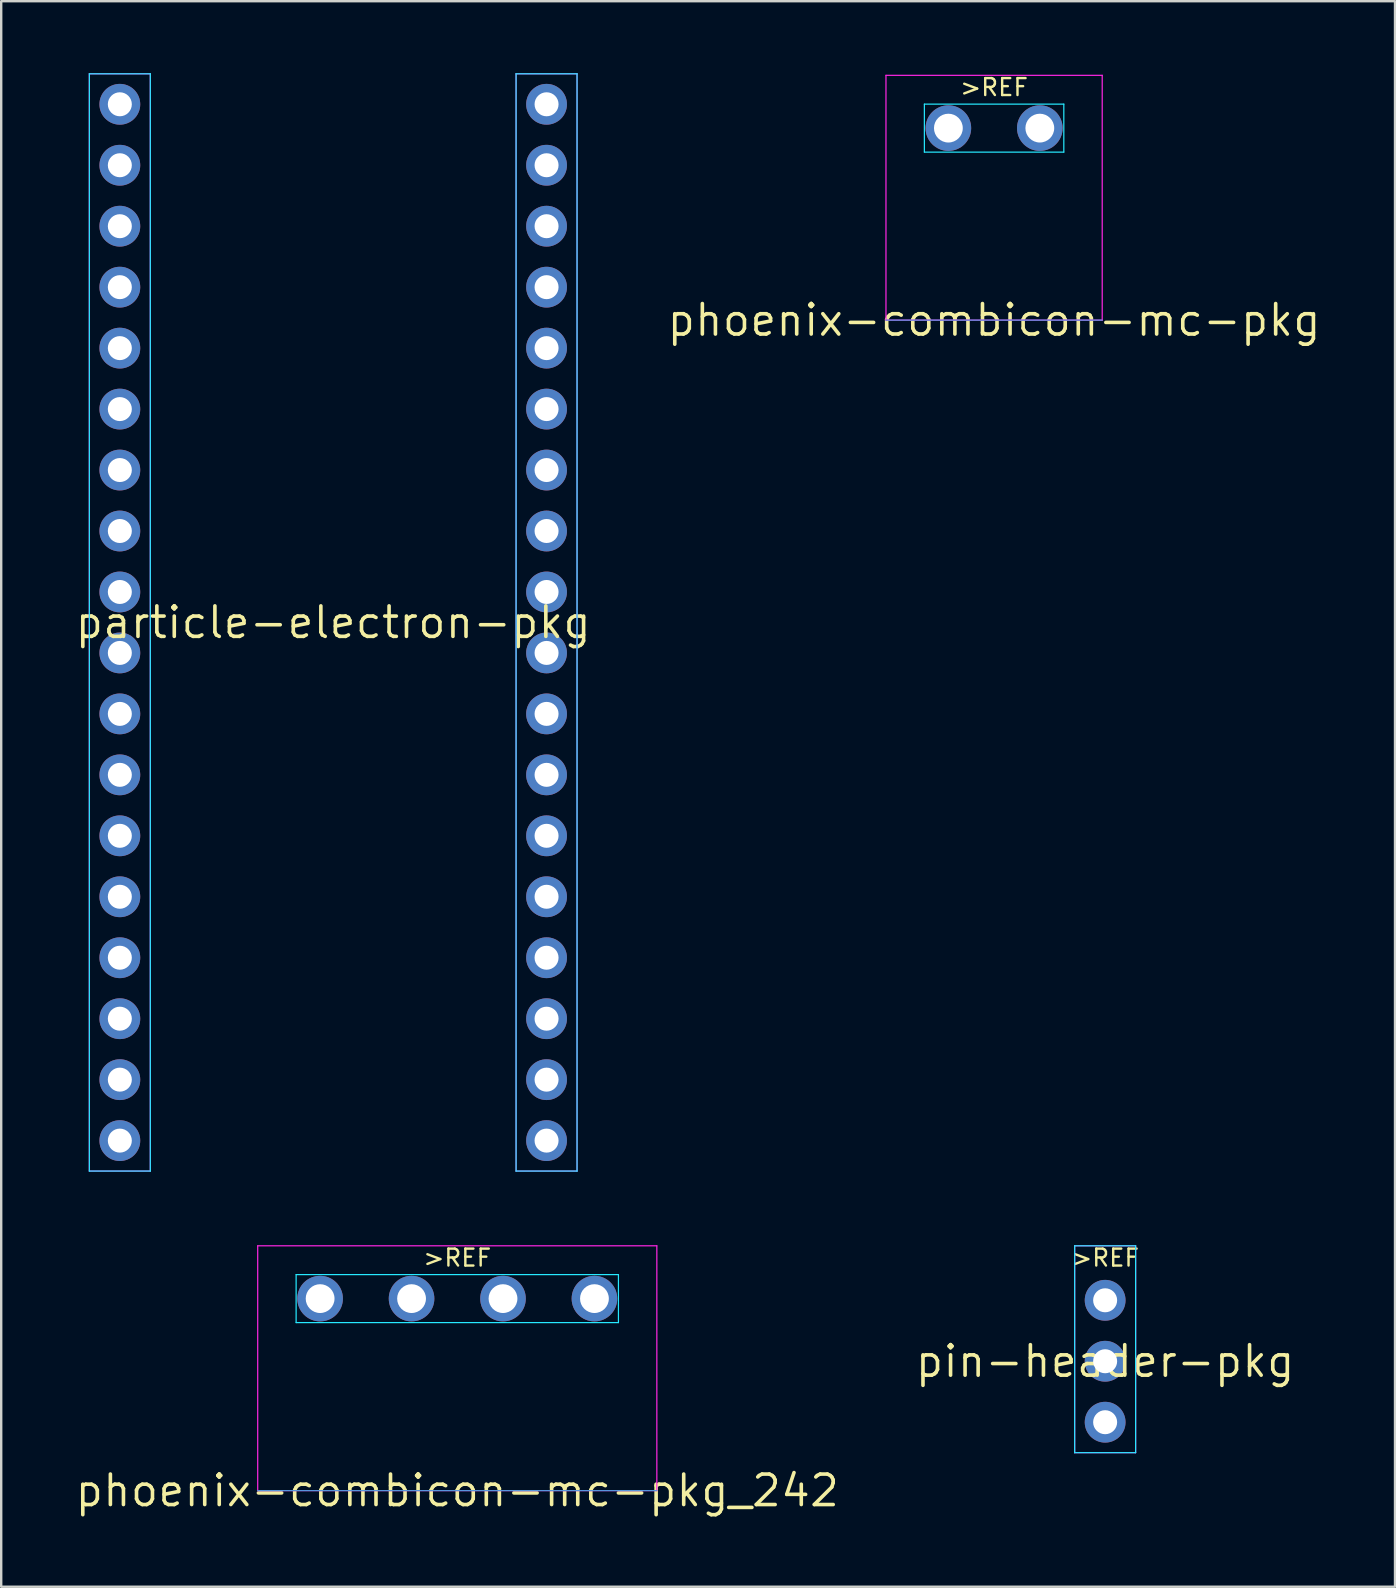
<source format=kicad_pcb>
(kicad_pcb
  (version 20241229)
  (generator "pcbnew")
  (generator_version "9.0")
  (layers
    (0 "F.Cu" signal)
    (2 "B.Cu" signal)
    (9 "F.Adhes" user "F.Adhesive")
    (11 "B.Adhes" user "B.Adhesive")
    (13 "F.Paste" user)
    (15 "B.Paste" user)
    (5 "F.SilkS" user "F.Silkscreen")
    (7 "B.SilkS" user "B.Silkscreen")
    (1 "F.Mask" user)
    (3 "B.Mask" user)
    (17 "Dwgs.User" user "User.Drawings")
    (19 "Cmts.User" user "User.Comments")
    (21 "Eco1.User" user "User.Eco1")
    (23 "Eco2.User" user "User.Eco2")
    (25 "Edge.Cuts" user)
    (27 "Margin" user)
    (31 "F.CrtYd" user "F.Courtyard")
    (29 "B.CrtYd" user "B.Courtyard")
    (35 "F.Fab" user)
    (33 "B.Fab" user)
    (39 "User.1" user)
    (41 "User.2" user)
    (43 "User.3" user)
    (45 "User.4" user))
  (footprint "pin-header-pkg"
    (layer "F.Cu")
    (at 42.997 53.668)
    (property "Reference" "pin-header-pkg" (at 0 0 0) (layer "F.SilkS") (effects (font (size 1.27 1.27) (thickness 0.15))))
    (attr through_hole)
    (fp_line (start -1.27 -4.81) (end -1.27 3.81) (stroke (width 0.05) (type solid)) (layer "B.CrtYd"))
    (fp_line (start -1.27 3.81) (end 1.27 3.81) (stroke (width 0.05) (type solid)) (layer "B.CrtYd"))
    (fp_line (start 1.27 -4.81) (end -1.27 -4.81) (stroke (width 0.05) (type solid)) (layer "B.CrtYd"))
    (fp_line (start 1.27 3.81) (end 1.27 -4.81) (stroke (width 0.05) (type solid)) (layer "B.CrtYd"))
    (fp_line (start -1.27 -4.81) (end -1.27 3.81) (stroke (width 0.05) (type solid)) (layer "F.CrtYd"))
    (fp_line (start -1.27 3.81) (end 1.27 3.81) (stroke (width 0.05) (type solid)) (layer "F.CrtYd"))
    (fp_line (start 1.27 -4.81) (end -1.27 -4.81) (stroke (width 0.05) (type solid)) (layer "F.CrtYd"))
    (fp_line (start 1.27 3.81) (end 1.27 -4.81) (stroke (width 0.05) (type solid)) (layer "F.CrtYd"))
    (fp_text user ">REF" (at 0 -4.31 0) (layer "F.SilkS") (effects (font (size 0.706 0.706) (thickness 0.1))))
    (pad "0" thru_hole circle (at 0 -2.54) (size 1.7 1.7) (drill 1) (layers "*.Cu" "F.Mask"))
    (pad "1" thru_hole circle (at 0 0) (size 1.7 1.7) (drill 1) (layers "*.Cu" "F.Mask"))
    (pad "2" thru_hole circle (at 0 2.54) (size 1.7 1.7) (drill 1) (layers "*.Cu" "F.Mask")))
  (footprint "phoenix-combicon-mc-pkg"
    (layer "F.Cu")
    (at 38.37 10.288)
    (property "Reference" "phoenix-combicon-mc-pkg" (at 0 0 0) (layer "F.SilkS") (effects (font (size 1.27 1.27) (thickness 0.15))))
    (attr through_hole)
    (fp_line (start -4.505 0) (end 4.505 0) (stroke (width 0.05) (type solid)) (layer "Cmts.User"))
    (fp_line (start -2.905 -9) (end -2.905 -7) (stroke (width 0.05) (type solid)) (layer "B.CrtYd"))
    (fp_line (start -2.905 -7) (end 2.905 -7) (stroke (width 0.05) (type solid)) (layer "B.CrtYd"))
    (fp_line (start 2.905 -9) (end -2.905 -9) (stroke (width 0.05) (type solid)) (layer "B.CrtYd"))
    (fp_line (start 2.905 -7) (end 2.905 -9) (stroke (width 0.05) (type solid)) (layer "B.CrtYd"))
    (fp_line (start -4.505 -10.2) (end -4.505 0) (stroke (width 0.05) (type solid)) (layer "F.CrtYd"))
    (fp_line (start -4.505 0) (end 4.505 0) (stroke (width 0.05) (type solid)) (layer "F.CrtYd"))
    (fp_line (start 4.505 -10.2) (end -4.505 -10.2) (stroke (width 0.05) (type solid)) (layer "F.CrtYd"))
    (fp_line (start 4.505 0) (end 4.505 -10.2) (stroke (width 0.05) (type solid)) (layer "F.CrtYd"))
    (fp_text user ">REF" (at 0 -9.7 0) (layer "F.SilkS") (effects (font (size 0.706 0.706) (thickness 0.1))))
    (pad "0" thru_hole circle (at -1.905 -8) (size 1.9 1.9) (drill 1.2) (layers "*.Cu" "F.Mask"))
    (pad "1" thru_hole circle (at 1.905 -8) (size 1.9 1.9) (drill 1.2) (layers "*.Cu" "F.Mask")))
  (footprint "particle-electron-pkg"
    (layer "F.Cu")
    (at 10.833 22.885)
    (property "Reference" "particle-electron-pkg" (at 0 0 0) (layer "F.SilkS") (effects (font (size 1.27 1.27) (thickness 0.15))))
    (attr through_hole)
    (fp_line (start -10.16 -22.86) (end -10.16 22.86) (stroke (width 0.05) (type solid)) (layer "B.CrtYd"))
    (fp_line (start -10.16 22.86) (end -7.62 22.86) (stroke (width 0.05) (type solid)) (layer "B.CrtYd"))
    (fp_line (start -7.62 -22.86) (end -10.16 -22.86) (stroke (width 0.05) (type solid)) (layer "B.CrtYd"))
    (fp_line (start -7.62 22.86) (end -7.62 -22.86) (stroke (width 0.05) (type solid)) (layer "B.CrtYd"))
    (fp_line (start 7.62 -22.86) (end 7.62 22.86) (stroke (width 0.05) (type solid)) (layer "B.CrtYd"))
    (fp_line (start 7.62 22.86) (end 10.16 22.86) (stroke (width 0.05) (type solid)) (layer "B.CrtYd"))
    (fp_line (start 10.16 -22.86) (end 7.62 -22.86) (stroke (width 0.05) (type solid)) (layer "B.CrtYd"))
    (fp_line (start 10.16 22.86) (end 10.16 -22.86) (stroke (width 0.05) (type solid)) (layer "B.CrtYd"))
    (fp_line (start -10.16 -22.86) (end -10.16 22.86) (stroke (width 0.05) (type solid)) (layer "F.CrtYd"))
    (fp_line (start -10.16 22.86) (end -7.62 22.86) (stroke (width 0.05) (type solid)) (layer "F.CrtYd"))
    (fp_line (start -7.62 -22.86) (end -10.16 -22.86) (stroke (width 0.05) (type solid)) (layer "F.CrtYd"))
    (fp_line (start -7.62 22.86) (end -7.62 -22.86) (stroke (width 0.05) (type solid)) (layer "F.CrtYd"))
    (fp_line (start 7.62 -22.86) (end 7.62 22.86) (stroke (width 0.05) (type solid)) (layer "F.CrtYd"))
    (fp_line (start 7.62 22.86) (end 10.16 22.86) (stroke (width 0.05) (type solid)) (layer "F.CrtYd"))
    (fp_line (start 10.16 -22.86) (end 7.62 -22.86) (stroke (width 0.05) (type solid)) (layer "F.CrtYd"))
    (fp_line (start 10.16 22.86) (end 10.16 -22.86) (stroke (width 0.05) (type solid)) (layer "F.CrtYd"))
    (pad "0" thru_hole circle (at -8.89 -21.59 90) (size 1.7 1.7) (drill 1) (layers "*.Cu" "F.Mask"))
    (pad "1" thru_hole circle (at -8.89 -19.05 90) (size 1.7 1.7) (drill 1) (layers "*.Cu" "F.Mask"))
    (pad "2" thru_hole circle (at -8.89 -16.51 90) (size 1.7 1.7) (drill 1) (layers "*.Cu" "F.Mask"))
    (pad "3" thru_hole circle (at -8.89 -13.97 90) (size 1.7 1.7) (drill 1) (layers "*.Cu" "F.Mask"))
    (pad "4" thru_hole circle (at -8.89 -11.43 90) (size 1.7 1.7) (drill 1) (layers "*.Cu" "F.Mask"))
    (pad "5" thru_hole circle (at -8.89 -8.89 90) (size 1.7 1.7) (drill 1) (layers "*.Cu" "F.Mask"))
    (pad "6" thru_hole circle (at -8.89 -6.35 90) (size 1.7 1.7) (drill 1) (layers "*.Cu" "F.Mask"))
    (pad "7" thru_hole circle (at -8.89 -3.81 90) (size 1.7 1.7) (drill 1) (layers "*.Cu" "F.Mask"))
    (pad "8" thru_hole circle (at -8.89 -1.27 90) (size 1.7 1.7) (drill 1) (layers "*.Cu" "F.Mask"))
    (pad "9" thru_hole circle (at -8.89 1.27 90) (size 1.7 1.7) (drill 1) (layers "*.Cu" "F.Mask"))
    (pad "10" thru_hole circle (at -8.89 3.81 90) (size 1.7 1.7) (drill 1) (layers "*.Cu" "F.Mask"))
    (pad "11" thru_hole circle (at -8.89 6.35 90) (size 1.7 1.7) (drill 1) (layers "*.Cu" "F.Mask"))
    (pad "12" thru_hole circle (at -8.89 8.89 90) (size 1.7 1.7) (drill 1) (layers "*.Cu" "F.Mask"))
    (pad "13" thru_hole circle (at -8.89 11.43 90) (size 1.7 1.7) (drill 1) (layers "*.Cu" "F.Mask"))
    (pad "14" thru_hole circle (at -8.89 13.97 90) (size 1.7 1.7) (drill 1) (layers "*.Cu" "F.Mask"))
    (pad "15" thru_hole circle (at -8.89 16.51 90) (size 1.7 1.7) (drill 1) (layers "*.Cu" "F.Mask"))
    (pad "16" thru_hole circle (at -8.89 19.05 90) (size 1.7 1.7) (drill 1) (layers "*.Cu" "F.Mask"))
    (pad "17" thru_hole circle (at -8.89 21.59 90) (size 1.7 1.7) (drill 1) (layers "*.Cu" "F.Mask"))
    (pad "18" thru_hole circle (at 8.89 21.59 270) (size 1.7 1.7) (drill 1) (layers "*.Cu" "F.Mask"))
    (pad "19" thru_hole circle (at 8.89 19.05 270) (size 1.7 1.7) (drill 1) (layers "*.Cu" "F.Mask"))
    (pad "20" thru_hole circle (at 8.89 16.51 270) (size 1.7 1.7) (drill 1) (layers "*.Cu" "F.Mask"))
    (pad "21" thru_hole circle (at 8.89 13.97 270) (size 1.7 1.7) (drill 1) (layers "*.Cu" "F.Mask"))
    (pad "22" thru_hole circle (at 8.89 11.43 270) (size 1.7 1.7) (drill 1) (layers "*.Cu" "F.Mask"))
    (pad "23" thru_hole circle (at 8.89 8.89 270) (size 1.7 1.7) (drill 1) (layers "*.Cu" "F.Mask"))
    (pad "24" thru_hole circle (at 8.89 6.35 270) (size 1.7 1.7) (drill 1) (layers "*.Cu" "F.Mask"))
    (pad "25" thru_hole circle (at 8.89 3.81 270) (size 1.7 1.7) (drill 1) (layers "*.Cu" "F.Mask"))
    (pad "26" thru_hole circle (at 8.89 1.27 270) (size 1.7 1.7) (drill 1) (layers "*.Cu" "F.Mask"))
    (pad "27" thru_hole circle (at 8.89 -1.27 270) (size 1.7 1.7) (drill 1) (layers "*.Cu" "F.Mask"))
    (pad "28" thru_hole circle (at 8.89 -3.81 270) (size 1.7 1.7) (drill 1) (layers "*.Cu" "F.Mask"))
    (pad "29" thru_hole circle (at 8.89 -6.35 270) (size 1.7 1.7) (drill 1) (layers "*.Cu" "F.Mask"))
    (pad "30" thru_hole circle (at 8.89 -8.89 270) (size 1.7 1.7) (drill 1) (layers "*.Cu" "F.Mask"))
    (pad "31" thru_hole circle (at 8.89 -11.43 270) (size 1.7 1.7) (drill 1) (layers "*.Cu" "F.Mask"))
    (pad "32" thru_hole circle (at 8.89 -13.97 270) (size 1.7 1.7) (drill 1) (layers "*.Cu" "F.Mask"))
    (pad "33" thru_hole circle (at 8.89 -16.51 270) (size 1.7 1.7) (drill 1) (layers "*.Cu" "F.Mask"))
    (pad "34" thru_hole circle (at 8.89 -19.05 270) (size 1.7 1.7) (drill 1) (layers "*.Cu" "F.Mask"))
    (pad "35" thru_hole circle (at 8.89 -21.59 270) (size 1.7 1.7) (drill 1) (layers "*.Cu" "F.Mask")))
  (footprint "phoenix-combicon-mc-pkg_242"
    (layer "F.Cu")
    (at 16.003 59.058)
    (property "Reference" "phoenix-combicon-mc-pkg_242" (at 0 0 0) (layer "F.SilkS") (effects (font (size 1.27 1.27) (thickness 0.15))))
    (attr through_hole)
    (fp_line (start -8.315 0) (end 8.315 0) (stroke (width 0.05) (type solid)) (layer "Cmts.User"))
    (fp_line (start -6.715 -9) (end -6.715 -7) (stroke (width 0.05) (type solid)) (layer "B.CrtYd"))
    (fp_line (start -6.715 -7) (end 6.715 -7) (stroke (width 0.05) (type solid)) (layer "B.CrtYd"))
    (fp_line (start 6.715 -9) (end -6.715 -9) (stroke (width 0.05) (type solid)) (layer "B.CrtYd"))
    (fp_line (start 6.715 -7) (end 6.715 -9) (stroke (width 0.05) (type solid)) (layer "B.CrtYd"))
    (fp_line (start -8.315 -10.2) (end -8.315 0) (stroke (width 0.05) (type solid)) (layer "F.CrtYd"))
    (fp_line (start -8.315 0) (end 8.315 0) (stroke (width 0.05) (type solid)) (layer "F.CrtYd"))
    (fp_line (start 8.315 -10.2) (end -8.315 -10.2) (stroke (width 0.05) (type solid)) (layer "F.CrtYd"))
    (fp_line (start 8.315 0) (end 8.315 -10.2) (stroke (width 0.05) (type solid)) (layer "F.CrtYd"))
    (fp_text user ">REF" (at 0 -9.7 0) (layer "F.SilkS") (effects (font (size 0.706 0.706) (thickness 0.1))))
    (pad "0" thru_hole circle (at -5.715 -8) (size 1.9 1.9) (drill 1.2) (layers "*.Cu" "F.Mask"))
    (pad "1" thru_hole circle (at -1.905 -8) (size 1.9 1.9) (drill 1.2) (layers "*.Cu" "F.Mask"))
    (pad "2" thru_hole circle (at 1.905 -8) (size 1.9 1.9) (drill 1.2) (layers "*.Cu" "F.Mask"))
    (pad "3" thru_hole circle (at 5.715 -8) (size 1.9 1.9) (drill 1.2) (layers "*.Cu" "F.Mask")))
  (gr_rect
    (start -3 -3)
    (end 55.075 63.064)
    (stroke (width 0.1) (type default))
    (fill no)
    (layer "Edge.Cuts")))
</source>
